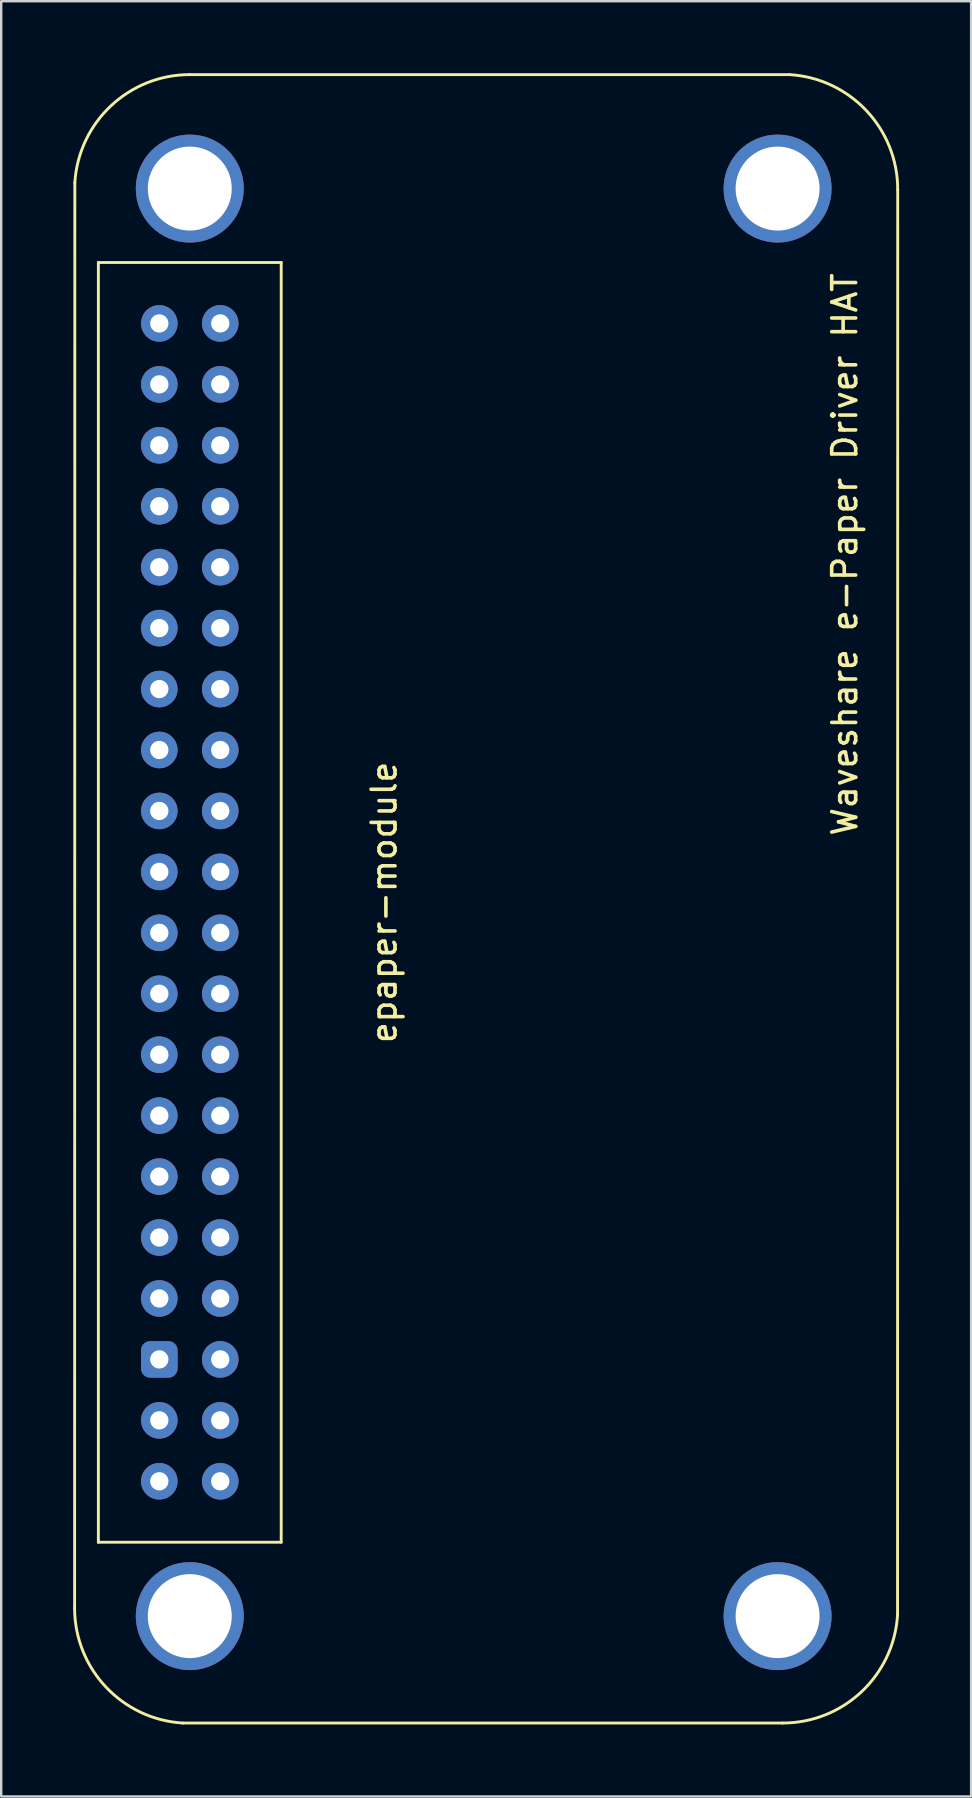
<source format=kicad_pcb>
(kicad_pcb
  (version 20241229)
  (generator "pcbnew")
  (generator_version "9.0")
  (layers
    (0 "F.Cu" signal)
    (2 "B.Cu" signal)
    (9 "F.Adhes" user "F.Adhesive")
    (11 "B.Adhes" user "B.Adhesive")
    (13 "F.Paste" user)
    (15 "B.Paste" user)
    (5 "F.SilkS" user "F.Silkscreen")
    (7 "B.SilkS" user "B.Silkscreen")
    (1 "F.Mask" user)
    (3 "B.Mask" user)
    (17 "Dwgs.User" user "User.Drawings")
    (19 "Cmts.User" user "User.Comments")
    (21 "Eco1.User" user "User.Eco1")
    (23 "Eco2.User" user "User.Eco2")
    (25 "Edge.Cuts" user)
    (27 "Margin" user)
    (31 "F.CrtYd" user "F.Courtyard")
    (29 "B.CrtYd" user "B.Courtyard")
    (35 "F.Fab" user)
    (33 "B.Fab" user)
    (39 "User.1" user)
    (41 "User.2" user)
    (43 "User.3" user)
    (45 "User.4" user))
  (footprint "epaper-module"
    (layer "F.Cu")
    (at 4.86 34.56)
    (property "Reference" "epaper-module" (at 8.1 0 270) (layer "F.SilkS") (effects (font (size 1 1) (thickness 0.15))))
    (attr through_hole)
    (fp_line (start -4.791 -29.993) (end -4.8 29.416) (stroke (width 0.12) (type solid)) (layer "F.SilkS"))
    (fp_line (start -3.81 -26.67) (end -3.81 26.67) (stroke (width 0.12) (type solid)) (layer "F.SilkS"))
    (fp_line (start -3.81 26.67) (end 3.81 26.67) (stroke (width 0.12) (type solid)) (layer "F.SilkS"))
    (fp_line (start -0.293 34.207) (end 24.709 34.207) (stroke (width 0.12) (type solid)) (layer "F.SilkS"))
    (fp_line (start 3.81 -26.67) (end -3.81 -26.67) (stroke (width 0.12) (type solid)) (layer "F.SilkS"))
    (fp_line (start 3.81 26.67) (end 3.81 -26.67) (stroke (width 0.12) (type solid)) (layer "F.SilkS"))
    (fp_line (start 25 -34.5) (end 0 -34.5) (stroke (width 0.12) (type solid)) (layer "F.SilkS"))
    (fp_line (start 29.5 29.7) (end 29.507 -29.709) (stroke (width 0.12) (type solid)) (layer "F.SilkS"))
    (fp_arc (start -4.791029 -29.993328) (mid -3.288771 -33.196282) (end 0 -34.5) (stroke (width 0.12) (type solid)) (layer "F.SilkS"))
    (fp_arc (start -0.293328 34.206672) (mid -3.496282 32.704414) (end -4.8 29.415643) (stroke (width 0.12) (type solid)) (layer "F.SilkS"))
    (fp_arc (start 25 -34.5) (mid 28.202954 -32.997742) (end 29.506672 -29.708971) (stroke (width 0.12) (type solid)) (layer "F.SilkS"))
    (fp_arc (start 29.5 29.7) (mid 27.997742 32.902954) (end 24.708971 34.206672) (stroke (width 0.12) (type solid)) (layer "F.SilkS"))
    (fp_text user "Waveshare e-Paper Driver HAT" (at 27.3 -14.5 270) (layer "F.SilkS") (effects (font (size 1 1) (thickness 0.15))))
    (pad "" thru_hole circle (at -1.27 -24.13) (size 1.524 1.524) (drill 0.762) (layers "*.Cu" "*.Mask"))
    (pad "" thru_hole circle (at -1.27 -21.59) (size 1.524 1.524) (drill 0.762) (layers "*.Cu" "*.Mask"))
    (pad "" thru_hole circle (at -1.27 -19.05) (size 1.524 1.524) (drill 0.762) (layers "*.Cu" "*.Mask"))
    (pad "" thru_hole circle (at -1.27 -16.51) (size 1.524 1.524) (drill 0.762) (layers "*.Cu" "*.Mask"))
    (pad "" thru_hole circle (at -1.27 -13.97) (size 1.524 1.524) (drill 0.762) (layers "*.Cu" "*.Mask"))
    (pad "" thru_hole circle (at -1.27 -11.43) (size 1.524 1.524) (drill 0.762) (layers "*.Cu" "*.Mask"))
    (pad "" thru_hole circle (at -1.27 -8.89) (size 1.524 1.524) (drill 0.762) (layers "*.Cu" "*.Mask"))
    (pad "" thru_hole circle (at -1.27 -6.35) (size 1.524 1.524) (drill 0.762) (layers "*.Cu" "*.Mask"))
    (pad "" thru_hole circle (at -1.27 1.27) (size 1.524 1.524) (drill 0.762) (layers "*.Cu" "*.Mask"))
    (pad "" thru_hole circle (at -1.27 6.35) (size 1.524 1.524) (drill 0.762) (layers "*.Cu" "*.Mask"))
    (pad "" thru_hole circle (at -1.27 8.89) (size 1.524 1.524) (drill 0.762) (layers "*.Cu" "*.Mask"))
    (pad "" thru_hole circle (at -1.27 11.43) (size 1.524 1.524) (drill 0.762) (layers "*.Cu" "*.Mask"))
    (pad "" thru_hole circle (at -1.27 13.97) (size 1.524 1.524) (drill 0.762) (layers "*.Cu" "*.Mask"))
    (pad "" thru_hole circle (at -1.27 16.51) (size 1.524 1.524) (drill 0.762) (layers "*.Cu" "*.Mask"))
    (pad "" thru_hole circle (at -1.27 21.59) (size 1.524 1.524) (drill 0.762) (layers "*.Cu" "*.Mask"))
    (pad "" np_thru_hole circle (at 0 -29.75) (size 4.5 4.5) (drill 3.5) (layers "*.Cu" "*.Mask"))
    (pad "" np_thru_hole circle (at 0 29.75) (size 4.5 4.5) (drill 3.5) (layers "*.Cu" "*.Mask"))
    (pad "" thru_hole circle (at 1.27 -24.13) (size 1.524 1.524) (drill 0.762) (layers "*.Cu" "*.Mask"))
    (pad "" thru_hole circle (at 1.27 -21.59) (size 1.524 1.524) (drill 0.762) (layers "*.Cu" "*.Mask"))
    (pad "" thru_hole circle (at 1.27 -19.05) (size 1.524 1.524) (drill 0.762) (layers "*.Cu" "*.Mask"))
    (pad "" thru_hole circle (at 1.27 -16.51) (size 1.524 1.524) (drill 0.762) (layers "*.Cu" "*.Mask"))
    (pad "" thru_hole circle (at 1.27 -13.97) (size 1.524 1.524) (drill 0.762) (layers "*.Cu" "*.Mask"))
    (pad "" thru_hole circle (at 1.27 -11.43) (size 1.524 1.524) (drill 0.762) (layers "*.Cu" "*.Mask"))
    (pad "" thru_hole circle (at 1.27 -8.89) (size 1.524 1.524) (drill 0.762) (layers "*.Cu" "*.Mask"))
    (pad "" thru_hole circle (at 1.27 -6.35) (size 1.524 1.524) (drill 0.762) (layers "*.Cu" "*.Mask"))
    (pad "" thru_hole circle (at 1.27 -1.27) (size 1.524 1.524) (drill 0.762) (layers "*.Cu" "*.Mask"))
    (pad "" thru_hole circle (at 1.27 3.81) (size 1.524 1.524) (drill 0.762) (layers "*.Cu" "*.Mask"))
    (pad "" thru_hole circle (at 1.27 6.35) (size 1.524 1.524) (drill 0.762) (layers "*.Cu" "*.Mask"))
    (pad "" thru_hole circle (at 1.27 8.89) (size 1.524 1.524) (drill 0.762) (layers "*.Cu" "*.Mask"))
    (pad "" thru_hole circle (at 1.27 13.97) (size 1.524 1.524) (drill 0.762) (layers "*.Cu" "*.Mask"))
    (pad "" thru_hole circle (at 1.27 16.51) (size 1.524 1.524) (drill 0.762) (layers "*.Cu" "*.Mask"))
    (pad "" thru_hole circle (at 1.27 19.05) (size 1.524 1.524) (drill 0.762) (layers "*.Cu" "*.Mask"))
    (pad "" thru_hole circle (at 1.27 21.59) (size 1.524 1.524) (drill 0.762) (layers "*.Cu" "*.Mask"))
    (pad "" thru_hole circle (at 1.27 24.13) (size 1.524 1.524) (drill 0.762) (layers "*.Cu" "*.Mask"))
    (pad "" np_thru_hole circle (at 24.5 -29.75) (size 4.5 4.5) (drill 3.5) (layers "*.Cu" "*.Mask"))
    (pad "" np_thru_hole circle (at 24.5 29.75) (size 4.5 4.5) (drill 3.5) (layers "*.Cu" "*.Mask"))
    (pad "1" thru_hole circle (at -1.27 3.81) (size 1.524 1.524) (drill 0.762) (layers "*.Cu" "*.Mask"))
    (pad "2" thru_hole circle (at 1.27 11.43) (size 1.524 1.524) (drill 0.762) (layers "*.Cu" "*.Mask"))
    (pad "3" thru_hole circle (at -1.27 -1.27) (size 1.524 1.524) (drill 0.762) (layers "*.Cu" "*.Mask"))
    (pad "4" thru_hole circle (at -1.27 -3.81) (size 1.524 1.524) (drill 0.762) (layers "*.Cu" "*.Mask"))
    (pad "5" thru_hole circle (at 1.27 -3.81) (size 1.524 1.524) (drill 0.762) (layers "*.Cu" "*.Mask"))
    (pad "6" thru_hole circle (at 1.27 1.27) (size 1.524 1.524) (drill 0.762) (layers "*.Cu" "*.Mask"))
    (pad "7" thru_hole roundrect (at -1.27 19.05) (size 1.524 1.524) (drill 0.762) (layers "*.Cu" "*.Mask") (roundrect_rratio 0.25))
    (pad "8" thru_hole circle (at -1.27 24.13) (size 1.524 1.524) (drill 0.762) (layers "*.Cu" "*.Mask")))
  (gr_rect
    (start -3 -3)
    (end 37.427 71.827)
    (stroke (width 0.1) (type default))
    (fill no)
    (layer "Edge.Cuts")))
</source>
